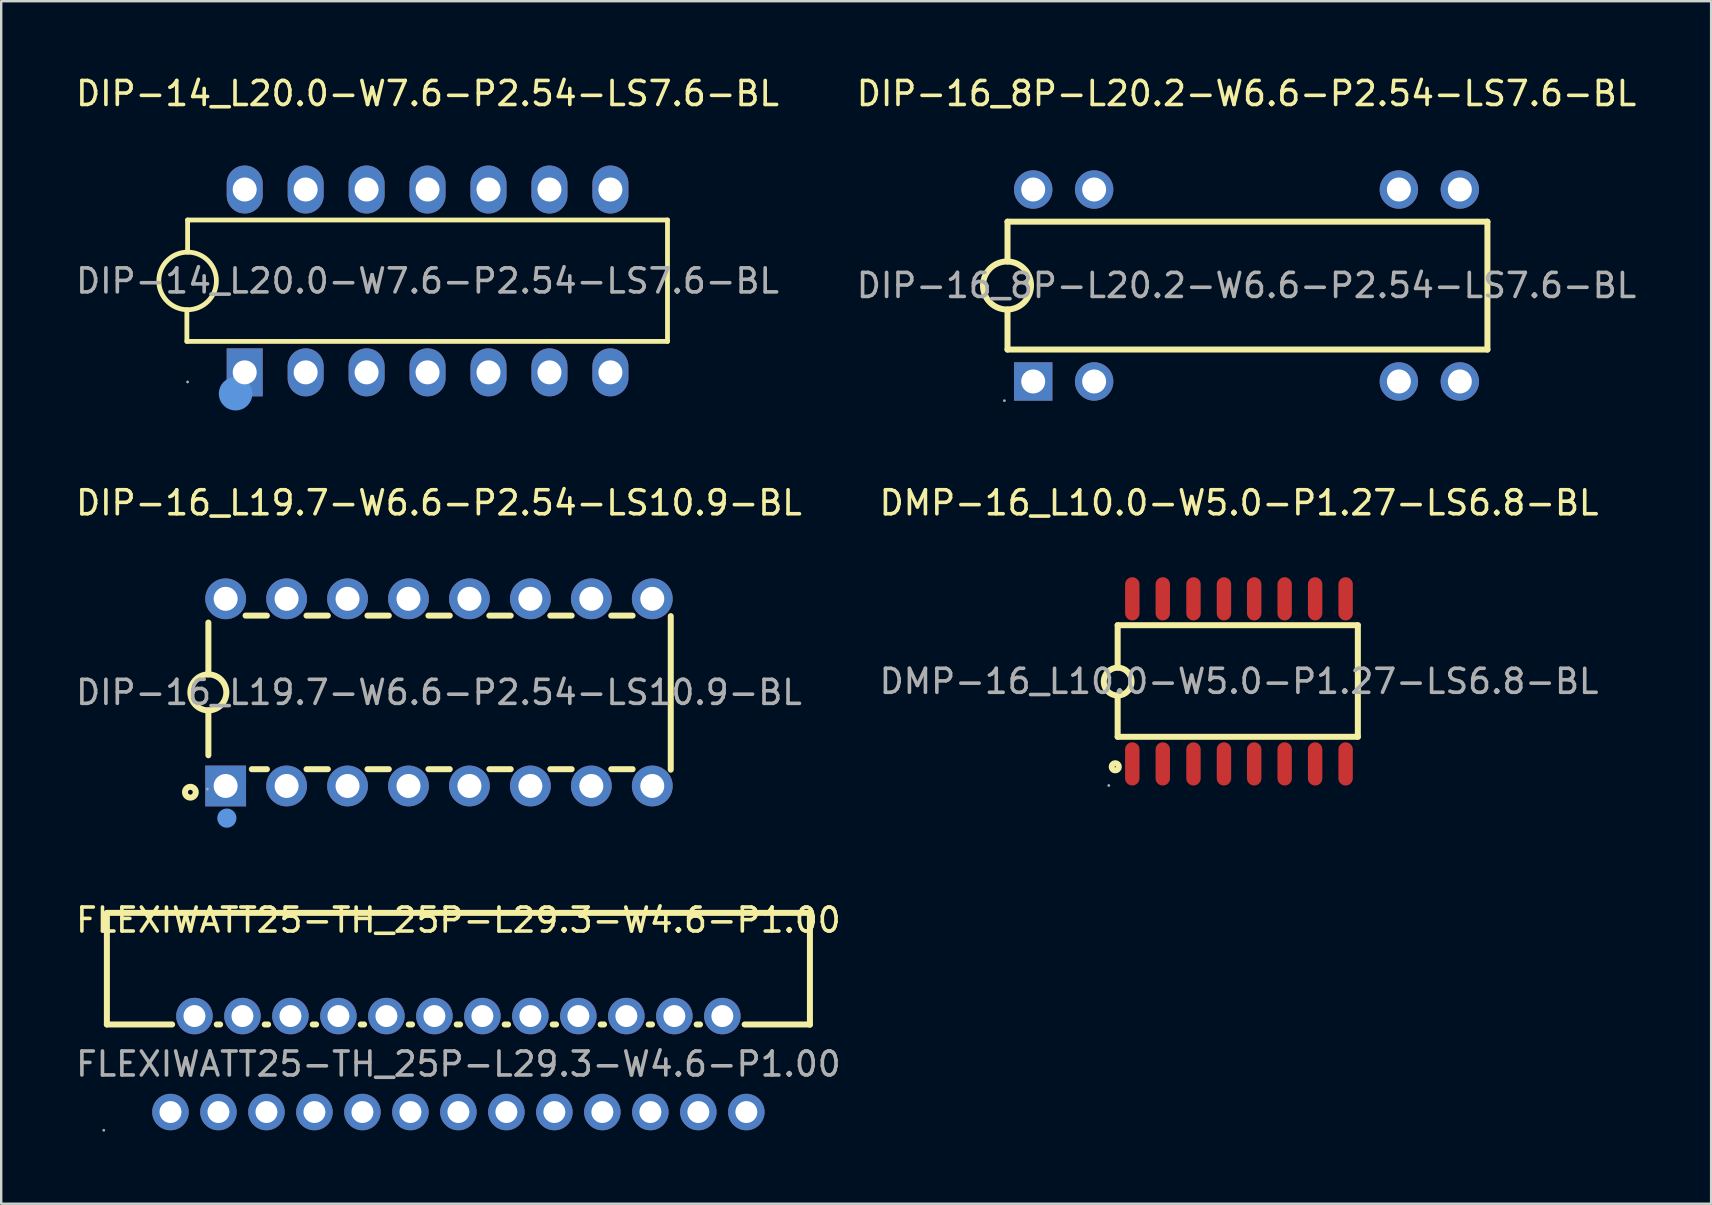
<source format=kicad_pcb>
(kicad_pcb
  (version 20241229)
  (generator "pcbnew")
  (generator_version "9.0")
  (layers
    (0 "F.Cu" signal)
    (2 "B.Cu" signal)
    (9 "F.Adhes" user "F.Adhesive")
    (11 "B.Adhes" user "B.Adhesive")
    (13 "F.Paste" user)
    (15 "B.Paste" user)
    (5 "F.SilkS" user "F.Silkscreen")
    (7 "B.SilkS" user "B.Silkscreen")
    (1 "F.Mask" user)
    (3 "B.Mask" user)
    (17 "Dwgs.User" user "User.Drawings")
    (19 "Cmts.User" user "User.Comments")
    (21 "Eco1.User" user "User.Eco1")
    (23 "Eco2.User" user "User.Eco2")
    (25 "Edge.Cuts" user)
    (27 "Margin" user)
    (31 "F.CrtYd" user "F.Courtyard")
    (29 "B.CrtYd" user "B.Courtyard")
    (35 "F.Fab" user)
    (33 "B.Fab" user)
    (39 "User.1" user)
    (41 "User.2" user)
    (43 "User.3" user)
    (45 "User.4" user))
  (footprint "DIP-14_L20.0-W7.6-P2.54-LS7.6-BL"
    (layer "F.Cu")
    (at 14.768 8.658)
    (property "Reference" "DIP-14_L20.0-W7.6-P2.54-LS7.6-BL" (at 0 -7.81 0) (layer "F.SilkS") (effects (font (size 1 1) (thickness 0.15))))
    (attr through_hole)
    (fp_line (start -10.03 2.52) (end -10.03 1.2) (stroke (width 0.2) (type solid)) (layer "F.SilkS"))
    (fp_line (start -10 -2.54) (end 10 -2.54) (stroke (width 0.2) (type solid)) (layer "F.SilkS"))
    (fp_line (start -10 -1.2) (end -10 -2.54) (stroke (width 0.2) (type solid)) (layer "F.SilkS"))
    (fp_line (start 10 -2.54) (end 10 2.52) (stroke (width 0.2) (type solid)) (layer "F.SilkS"))
    (fp_line (start 10 2.52) (end -10.03 2.52) (stroke (width 0.2) (type solid)) (layer "F.SilkS"))
    (fp_arc (start -10.020943 1.199817) (mid -9.989528 -1.199954) (end -10 1.2) (stroke (width 0.2) (type solid)) (layer "F.SilkS"))
    (fp_circle (center -8 4.7) (end -7.65 4.7) (stroke (width 0.7) (type solid)) (fill no) (layer "Cmts.User"))
    (fp_circle (center -10 4.21) (end -9.97 4.21) (stroke (width 0.06) (type solid)) (fill no) (layer "F.Fab"))
    (fp_text user "${REFERENCE}" (at 0 0 0) (layer "F.Fab") (effects (font (size 1 1) (thickness 0.15))))
    (pad "1" thru_hole rect (at -7.62 3.81 90) (size 2 1.5) (drill 1) (layers "*.Cu" "*.Paste" "*.Mask"))
    (pad "2" thru_hole oval (at -5.08 3.81 90) (size 2 1.5) (drill 1) (layers "*.Cu" "*.Paste" "*.Mask"))
    (pad "3" thru_hole oval (at -2.54 3.81 90) (size 2 1.5) (drill 1) (layers "*.Cu" "*.Paste" "*.Mask"))
    (pad "4" thru_hole oval (at 0 3.81 90) (size 2 1.5) (drill 1) (layers "*.Cu" "*.Paste" "*.Mask"))
    (pad "5" thru_hole oval (at 2.54 3.81 90) (size 2 1.5) (drill 1) (layers "*.Cu" "*.Paste" "*.Mask"))
    (pad "6" thru_hole oval (at 5.08 3.81 90) (size 2 1.5) (drill 1) (layers "*.Cu" "*.Paste" "*.Mask"))
    (pad "7" thru_hole oval (at 7.62 3.81 90) (size 2 1.5) (drill 1) (layers "*.Cu" "*.Paste" "*.Mask"))
    (pad "8" thru_hole oval (at 7.62 -3.81 90) (size 2 1.5) (drill 1) (layers "*.Cu" "*.Paste" "*.Mask"))
    (pad "9" thru_hole oval (at 5.08 -3.81 90) (size 2 1.5) (drill 1) (layers "*.Cu" "*.Paste" "*.Mask"))
    (pad "10" thru_hole oval (at 2.54 -3.81 90) (size 2 1.5) (drill 1) (layers "*.Cu" "*.Paste" "*.Mask"))
    (pad "11" thru_hole oval (at 0 -3.81 90) (size 2 1.5) (drill 1) (layers "*.Cu" "*.Paste" "*.Mask"))
    (pad "12" thru_hole oval (at -2.54 -3.81 90) (size 2 1.5) (drill 1) (layers "*.Cu" "*.Paste" "*.Mask"))
    (pad "13" thru_hole oval (at -5.08 -3.81 90) (size 2 1.5) (drill 1) (layers "*.Cu" "*.Paste" "*.Mask"))
    (pad "14" thru_hole oval (at -7.62 -3.81 90) (size 2 1.5) (drill 1) (layers "*.Cu" "*.Paste" "*.Mask")))
  (footprint "DIP-16_8P-L20.2-W6.6-P2.54-LS7.6-BL"
    (layer "F.Cu")
    (at 48.899 8.848)
    (property "Reference" "DIP-16_8P-L20.2-W6.6-P2.54-LS7.6-BL" (at 0 -8 0) (layer "F.SilkS") (effects (font (size 1 1) (thickness 0.15))))
    (attr through_hole)
    (fp_line (start -9.96 -2.66) (end -9.96 -1) (stroke (width 0.25) (type solid)) (layer "F.SilkS"))
    (fp_line (start -9.96 2.67) (end -9.96 1) (stroke (width 0.25) (type solid)) (layer "F.SilkS"))
    (fp_line (start 10.04 -2.66) (end -9.96 -2.66) (stroke (width 0.25) (type solid)) (layer "F.SilkS"))
    (fp_line (start 10.04 -2.66) (end 10.04 2.67) (stroke (width 0.25) (type solid)) (layer "F.SilkS"))
    (fp_line (start 10.04 2.67) (end -9.96 2.67) (stroke (width 0.25) (type solid)) (layer "F.SilkS"))
    (fp_arc (start -9.967457 1.000371) (mid -10.001272 -1.000223) (end -9.95 1) (stroke (width 0.25) (type solid)) (layer "F.SilkS"))
    (fp_circle (center -10.09 4.8) (end -10.06 4.8) (stroke (width 0.06) (type solid)) (fill no) (layer "F.Fab"))
    (fp_circle (center -8.89 -4) (end -8.69 -4) (stroke (width 0.4) (type solid)) (fill no) (layer "F.Fab"))
    (fp_circle (center -8.89 4) (end -8.69 4) (stroke (width 0.4) (type solid)) (fill no) (layer "F.Fab"))
    (fp_circle (center -6.35 -4) (end -6.15 -4) (stroke (width 0.4) (type solid)) (fill no) (layer "F.Fab"))
    (fp_circle (center -6.35 4) (end -6.15 4) (stroke (width 0.4) (type solid)) (fill no) (layer "F.Fab"))
    (fp_circle (center 6.35 -4) (end 6.55 -4) (stroke (width 0.4) (type solid)) (fill no) (layer "F.Fab"))
    (fp_circle (center 6.35 4) (end 6.55 4) (stroke (width 0.4) (type solid)) (fill no) (layer "F.Fab"))
    (fp_circle (center 8.89 -4) (end 9.09 -4) (stroke (width 0.4) (type solid)) (fill no) (layer "F.Fab"))
    (fp_circle (center 8.89 4) (end 9.09 4) (stroke (width 0.4) (type solid)) (fill no) (layer "F.Fab"))
    (fp_text user "${REFERENCE}" (at 0 0 0) (layer "F.Fab") (effects (font (size 1 1) (thickness 0.15))))
    (pad "1" thru_hole rect (at -8.89 4 90) (size 1.6 1.6) (drill 1) (layers "*.Cu" "*.Paste" "*.Mask"))
    (pad "2" thru_hole circle (at -6.35 4 90) (size 1.6 1.6) (drill 1) (layers "*.Cu" "*.Paste" "*.Mask"))
    (pad "7" thru_hole circle (at 6.35 4 90) (size 1.6 1.6) (drill 1) (layers "*.Cu" "*.Paste" "*.Mask"))
    (pad "8" thru_hole circle (at 8.89 4 90) (size 1.6 1.6) (drill 1) (layers "*.Cu" "*.Paste" "*.Mask"))
    (pad "9" thru_hole circle (at 8.89 -4 90) (size 1.6 1.6) (drill 1) (layers "*.Cu" "*.Paste" "*.Mask"))
    (pad "10" thru_hole circle (at 6.35 -4 90) (size 1.6 1.6) (drill 1) (layers "*.Cu" "*.Paste" "*.Mask"))
    (pad "15" thru_hole circle (at -6.35 -4 90) (size 1.6 1.6) (drill 1) (layers "*.Cu" "*.Paste" "*.Mask"))
    (pad "16" thru_hole circle (at -8.89 -4 90) (size 1.6 1.6) (drill 1) (layers "*.Cu" "*.Paste" "*.Mask")))
  (footprint "DMP-16_L10.0-W5.0-P1.27-LS6.8-BL"
    (layer "F.Cu")
    (at 48.589 25.346)
    (property "Reference" "DMP-16_L10.0-W5.0-P1.27-LS6.8-BL" (at 0 -7.44 0) (layer "F.SilkS") (effects (font (size 1 1) (thickness 0.15))))
    (attr through_hole)
    (fp_line (start -5.06 -2.34) (end -5.06 -0.58) (stroke (width 0.25) (type solid)) (layer "F.SilkS"))
    (fp_line (start -5.06 0.59) (end -5.06 2.31) (stroke (width 0.25) (type solid)) (layer "F.SilkS"))
    (fp_line (start -5.06 2.31) (end 4.95 2.31) (stroke (width 0.25) (type solid)) (layer "F.SilkS"))
    (fp_line (start 4.95 -2.34) (end -5.06 -2.34) (stroke (width 0.25) (type solid)) (layer "F.SilkS"))
    (fp_line (start 4.95 2.31) (end 4.95 -2.34) (stroke (width 0.25) (type solid)) (layer "F.SilkS"))
    (fp_arc (start -5.070122 0.589912) (mid -5.054939 -0.569978) (end -5.06 0.59) (stroke (width 0.25) (type solid)) (layer "F.SilkS"))
    (fp_circle (center -5.16 3.56) (end -5.01 3.56) (stroke (width 0.25) (type solid)) (fill no) (layer "F.SilkS"))
    (fp_circle (center -5.43 4.34) (end -5.4 4.34) (stroke (width 0.06) (type solid)) (fill no) (layer "F.Fab"))
    (fp_text user "${REFERENCE}" (at 0 0 0) (layer "F.Fab") (effects (font (size 1 1) (thickness 0.15))))
    (pad "1" smd oval (at -4.45 3.44 180) (size 0.6 1.8) (layers "F.Cu" "F.Mask" "F.Paste"))
    (pad "2" smd oval (at -3.18 3.44 180) (size 0.6 1.8) (layers "F.Cu" "F.Mask" "F.Paste"))
    (pad "3" smd oval (at -1.9 3.44 180) (size 0.6 1.8) (layers "F.Cu" "F.Mask" "F.Paste"))
    (pad "4" smd oval (at -0.63 3.44 180) (size 0.6 1.8) (layers "F.Cu" "F.Mask" "F.Paste"))
    (pad "5" smd oval (at 0.63 3.44 180) (size 0.6 1.8) (layers "F.Cu" "F.Mask" "F.Paste"))
    (pad "6" smd oval (at 1.9 3.44 180) (size 0.6 1.8) (layers "F.Cu" "F.Mask" "F.Paste"))
    (pad "7" smd oval (at 3.17 3.44 180) (size 0.6 1.8) (layers "F.Cu" "F.Mask" "F.Paste"))
    (pad "8" smd oval (at 4.44 3.44 180) (size 0.6 1.8) (layers "F.Cu" "F.Mask" "F.Paste"))
    (pad "9" smd oval (at 4.44 -3.44 180) (size 0.6 1.8) (layers "F.Cu" "F.Mask" "F.Paste"))
    (pad "10" smd oval (at 3.17 -3.44 180) (size 0.6 1.8) (layers "F.Cu" "F.Mask" "F.Paste"))
    (pad "11" smd oval (at 1.9 -3.44 180) (size 0.6 1.8) (layers "F.Cu" "F.Mask" "F.Paste"))
    (pad "12" smd oval (at 0.63 -3.44 180) (size 0.6 1.8) (layers "F.Cu" "F.Mask" "F.Paste"))
    (pad "13" smd oval (at -0.63 -3.44 180) (size 0.6 1.8) (layers "F.Cu" "F.Mask" "F.Paste"))
    (pad "14" smd oval (at -1.9 -3.44 180) (size 0.6 1.8) (layers "F.Cu" "F.Mask" "F.Paste"))
    (pad "15" smd oval (at -3.18 -3.44 180) (size 0.6 1.8) (layers "F.Cu" "F.Mask" "F.Paste"))
    (pad "16" smd oval (at -4.45 -3.44 180) (size 0.6 1.8) (layers "F.Cu" "F.Mask" "F.Paste")))
  (footprint "DIP-16_L19.7-W6.6-P2.54-LS10.9-BL"
    (layer "F.Cu")
    (at 15.244 25.806)
    (property "Reference" "DIP-16_L19.7-W6.6-P2.54-LS10.9-BL" (at 0 -7.9 0) (layer "F.SilkS") (effects (font (size 1 1) (thickness 0.15))))
    (attr through_hole)
    (fp_line (start -9.61 -0.75) (end -9.61 -2.91) (stroke (width 0.25) (type solid)) (layer "F.SilkS"))
    (fp_line (start -9.61 0.75) (end -9.61 2.62) (stroke (width 0.25) (type solid)) (layer "F.SilkS"))
    (fp_line (start -8.06 -3.2) (end -7.17 -3.2) (stroke (width 0.25) (type solid)) (layer "F.SilkS"))
    (fp_line (start -7.8 3.2) (end -7.17 3.2) (stroke (width 0.25) (type solid)) (layer "F.SilkS"))
    (fp_line (start -5.52 -3.2) (end -4.63 -3.2) (stroke (width 0.25) (type solid)) (layer "F.SilkS"))
    (fp_line (start -5.52 3.2) (end -4.63 3.2) (stroke (width 0.25) (type solid)) (layer "F.SilkS"))
    (fp_line (start -2.98 -3.2) (end -2.09 -3.2) (stroke (width 0.25) (type solid)) (layer "F.SilkS"))
    (fp_line (start -2.98 3.2) (end -2.09 3.2) (stroke (width 0.25) (type solid)) (layer "F.SilkS"))
    (fp_line (start -0.44 -3.2) (end 0.45 -3.2) (stroke (width 0.25) (type solid)) (layer "F.SilkS"))
    (fp_line (start -0.44 3.2) (end 0.45 3.2) (stroke (width 0.25) (type solid)) (layer "F.SilkS"))
    (fp_line (start 2.1 -3.2) (end 2.99 -3.2) (stroke (width 0.25) (type solid)) (layer "F.SilkS"))
    (fp_line (start 2.1 3.2) (end 2.99 3.2) (stroke (width 0.25) (type solid)) (layer "F.SilkS"))
    (fp_line (start 4.64 -3.2) (end 5.53 -3.2) (stroke (width 0.25) (type solid)) (layer "F.SilkS"))
    (fp_line (start 4.64 3.2) (end 5.53 3.2) (stroke (width 0.25) (type solid)) (layer "F.SilkS"))
    (fp_line (start 7.18 -3.2) (end 8.07 -3.2) (stroke (width 0.25) (type solid)) (layer "F.SilkS"))
    (fp_line (start 7.18 3.2) (end 8.07 3.2) (stroke (width 0.25) (type solid)) (layer "F.SilkS"))
    (fp_line (start 9.66 -3.18) (end 9.66 3.22) (stroke (width 0.25) (type solid)) (layer "F.SilkS"))
    (fp_arc (start -9.623089 0.749886) (mid -9.603455 -0.749972) (end -9.61 0.75) (stroke (width 0.25) (type solid)) (layer "F.SilkS"))
    (fp_circle (center -10.36 4.16) (end -10.26 4.16) (stroke (width 0.25) (type solid)) (fill no) (layer "F.SilkS"))
    (fp_circle (center -8.84 5.24) (end -8.64 5.24) (stroke (width 0.4) (type solid)) (fill no) (layer "Cmts.User"))
    (fp_circle (center -9.65 4.03) (end -9.62 4.03) (stroke (width 0.06) (type solid)) (fill no) (layer "F.Fab"))
    (fp_text user "${REFERENCE}" (at 0 0 0) (layer "F.Fab") (effects (font (size 1 1) (thickness 0.15))))
    (pad "1" thru_hole rect (at -8.89 3.9) (size 1.7 1.7) (drill 1) (layers "*.Cu" "*.Paste" "*.Mask"))
    (pad "2" thru_hole circle (at -6.35 3.9) (size 1.7 1.7) (drill 1) (layers "*.Cu" "*.Paste" "*.Mask"))
    (pad "3" thru_hole circle (at -3.81 3.9) (size 1.7 1.7) (drill 1) (layers "*.Cu" "*.Paste" "*.Mask"))
    (pad "4" thru_hole circle (at -1.27 3.9) (size 1.7 1.7) (drill 1) (layers "*.Cu" "*.Paste" "*.Mask"))
    (pad "5" thru_hole circle (at 1.27 3.9) (size 1.7 1.7) (drill 1) (layers "*.Cu" "*.Paste" "*.Mask"))
    (pad "6" thru_hole circle (at 3.81 3.9) (size 1.7 1.7) (drill 1) (layers "*.Cu" "*.Paste" "*.Mask"))
    (pad "7" thru_hole circle (at 6.35 3.9) (size 1.7 1.7) (drill 1) (layers "*.Cu" "*.Paste" "*.Mask"))
    (pad "8" thru_hole circle (at 8.89 3.9) (size 1.7 1.7) (drill 1) (layers "*.Cu" "*.Paste" "*.Mask"))
    (pad "9" thru_hole circle (at 8.89 -3.9) (size 1.7 1.7) (drill 1) (layers "*.Cu" "*.Paste" "*.Mask"))
    (pad "10" thru_hole circle (at 6.35 -3.9) (size 1.7 1.7) (drill 1) (layers "*.Cu" "*.Paste" "*.Mask"))
    (pad "11" thru_hole circle (at 3.81 -3.9) (size 1.7 1.7) (drill 1) (layers "*.Cu" "*.Paste" "*.Mask"))
    (pad "12" thru_hole circle (at 1.27 -3.9) (size 1.7 1.7) (drill 1) (layers "*.Cu" "*.Paste" "*.Mask"))
    (pad "13" thru_hole circle (at -1.27 -3.9) (size 1.7 1.7) (drill 1) (layers "*.Cu" "*.Paste" "*.Mask"))
    (pad "14" thru_hole circle (at -3.81 -3.9) (size 1.7 1.7) (drill 1) (layers "*.Cu" "*.Paste" "*.Mask"))
    (pad "15" thru_hole circle (at -6.35 -3.9) (size 1.7 1.7) (drill 1) (layers "*.Cu" "*.Paste" "*.Mask"))
    (pad "16" thru_hole circle (at -8.89 -3.9) (size 1.7 1.7) (drill 1) (layers "*.Cu" "*.Paste" "*.Mask")))
  (footprint "FLEXIWATT25-TH_25P-L29.3-W4.6-P1.00"
    (layer "F.Cu")
    (at 16.054 41.295)
    (property "Reference" "FLEXIWATT25-TH_25P-L29.3-W4.6-P1.00" (at 0 -6 0) (layer "F.SilkS") (effects (font (size 1 1) (thickness 0.15))))
    (attr through_hole)
    (fp_line (start -14.65 -6.3) (end 14.65 -6.3) (stroke (width 0.25) (type solid)) (layer "F.SilkS"))
    (fp_line (start -14.65 -1.65) (end -14.65 -6.29) (stroke (width 0.25) (type solid)) (layer "F.SilkS"))
    (fp_line (start -14.65 -1.65) (end -11.93 -1.65) (stroke (width 0.25) (type solid)) (layer "F.SilkS"))
    (fp_line (start -10.07 -1.65) (end -9.93 -1.65) (stroke (width 0.25) (type solid)) (layer "F.SilkS"))
    (fp_line (start -8.07 -1.65) (end -7.93 -1.65) (stroke (width 0.25) (type solid)) (layer "F.SilkS"))
    (fp_line (start -6.07 -1.65) (end -5.93 -1.65) (stroke (width 0.25) (type solid)) (layer "F.SilkS"))
    (fp_line (start -4.07 -1.65) (end -3.93 -1.65) (stroke (width 0.25) (type solid)) (layer "F.SilkS"))
    (fp_line (start -2.07 -1.65) (end -1.93 -1.65) (stroke (width 0.25) (type solid)) (layer "F.SilkS"))
    (fp_line (start -0.07 -1.65) (end 0.07 -1.65) (stroke (width 0.25) (type solid)) (layer "F.SilkS"))
    (fp_line (start 1.93 -1.65) (end 2.07 -1.65) (stroke (width 0.25) (type solid)) (layer "F.SilkS"))
    (fp_line (start 3.93 -1.65) (end 4.07 -1.65) (stroke (width 0.25) (type solid)) (layer "F.SilkS"))
    (fp_line (start 5.93 -1.65) (end 6.07 -1.65) (stroke (width 0.25) (type solid)) (layer "F.SilkS"))
    (fp_line (start 7.93 -1.65) (end 8.07 -1.65) (stroke (width 0.25) (type solid)) (layer "F.SilkS"))
    (fp_line (start 9.93 -1.65) (end 10.07 -1.65) (stroke (width 0.25) (type solid)) (layer "F.SilkS"))
    (fp_line (start 11.93 -1.65) (end 14.65 -1.65) (stroke (width 0.25) (type solid)) (layer "F.SilkS"))
    (fp_line (start 14.65 -6.3) (end 14.65 -1.64) (stroke (width 0.25) (type solid)) (layer "F.SilkS"))
    (fp_circle (center -14.78 2.76) (end -14.75 2.76) (stroke (width 0.06) (type solid)) (fill no) (layer "F.Fab"))
    (fp_circle (center -12 2) (end -11.82 2) (stroke (width 0.36) (type solid)) (fill no) (layer "F.Fab"))
    (fp_circle (center -11 -2) (end -10.82 -2) (stroke (width 0.36) (type solid)) (fill no) (layer "F.Fab"))
    (fp_circle (center -10 2) (end -9.82 2) (stroke (width 0.36) (type solid)) (fill no) (layer "F.Fab"))
    (fp_circle (center -9 -2) (end -8.82 -2) (stroke (width 0.36) (type solid)) (fill no) (layer "F.Fab"))
    (fp_circle (center -8 2) (end -7.82 2) (stroke (width 0.36) (type solid)) (fill no) (layer "F.Fab"))
    (fp_circle (center -7 -2) (end -6.82 -2) (stroke (width 0.36) (type solid)) (fill no) (layer "F.Fab"))
    (fp_circle (center -6 2) (end -5.82 2) (stroke (width 0.36) (type solid)) (fill no) (layer "F.Fab"))
    (fp_circle (center -5 -2) (end -4.82 -2) (stroke (width 0.36) (type solid)) (fill no) (layer "F.Fab"))
    (fp_circle (center -4 2) (end -3.82 2) (stroke (width 0.36) (type solid)) (fill no) (layer "F.Fab"))
    (fp_circle (center -3 -2) (end -2.82 -2) (stroke (width 0.36) (type solid)) (fill no) (layer "F.Fab"))
    (fp_circle (center -2 2) (end -1.82 2) (stroke (width 0.36) (type solid)) (fill no) (layer "F.Fab"))
    (fp_circle (center -1 -2) (end -0.82 -2) (stroke (width 0.36) (type solid)) (fill no) (layer "F.Fab"))
    (fp_circle (center 0 2) (end 0.18 2) (stroke (width 0.36) (type solid)) (fill no) (layer "F.Fab"))
    (fp_circle (center 1 -2) (end 1.18 -2) (stroke (width 0.36) (type solid)) (fill no) (layer "F.Fab"))
    (fp_circle (center 2 2) (end 2.18 2) (stroke (width 0.36) (type solid)) (fill no) (layer "F.Fab"))
    (fp_circle (center 3 -2) (end 3.18 -2) (stroke (width 0.36) (type solid)) (fill no) (layer "F.Fab"))
    (fp_circle (center 4 2) (end 4.18 2) (stroke (width 0.36) (type solid)) (fill no) (layer "F.Fab"))
    (fp_circle (center 5 -2) (end 5.18 -2) (stroke (width 0.36) (type solid)) (fill no) (layer "F.Fab"))
    (fp_circle (center 6 2) (end 6.18 2) (stroke (width 0.36) (type solid)) (fill no) (layer "F.Fab"))
    (fp_circle (center 7 -2) (end 7.18 -2) (stroke (width 0.36) (type solid)) (fill no) (layer "F.Fab"))
    (fp_circle (center 8 2) (end 8.18 2) (stroke (width 0.36) (type solid)) (fill no) (layer "F.Fab"))
    (fp_circle (center 9 -2) (end 9.18 -2) (stroke (width 0.36) (type solid)) (fill no) (layer "F.Fab"))
    (fp_circle (center 10 2) (end 10.18 2) (stroke (width 0.36) (type solid)) (fill no) (layer "F.Fab"))
    (fp_circle (center 11 -2) (end 11.18 -2) (stroke (width 0.36) (type solid)) (fill no) (layer "F.Fab"))
    (fp_circle (center 12 2) (end 12.18 2) (stroke (width 0.36) (type solid)) (fill no) (layer "F.Fab"))
    (fp_text user "${REFERENCE}" (at 0 0 0) (layer "F.Fab") (effects (font (size 1 1) (thickness 0.15))))
    (pad "1" thru_hole circle (at -12 2) (size 1.52 1.52) (drill 0.914) (layers "*.Cu" "*.Paste" "*.Mask"))
    (pad "2" thru_hole circle (at -11 -2) (size 1.52 1.52) (drill 0.914) (layers "*.Cu" "*.Paste" "*.Mask"))
    (pad "3" thru_hole circle (at -10 2) (size 1.52 1.52) (drill 0.914) (layers "*.Cu" "*.Paste" "*.Mask"))
    (pad "4" thru_hole circle (at -9 -2) (size 1.52 1.52) (drill 0.914) (layers "*.Cu" "*.Paste" "*.Mask"))
    (pad "5" thru_hole circle (at -8 2) (size 1.52 1.52) (drill 0.914) (layers "*.Cu" "*.Paste" "*.Mask"))
    (pad "6" thru_hole circle (at -7 -2) (size 1.52 1.52) (drill 0.914) (layers "*.Cu" "*.Paste" "*.Mask"))
    (pad "7" thru_hole circle (at -6 2) (size 1.52 1.52) (drill 0.914) (layers "*.Cu" "*.Paste" "*.Mask"))
    (pad "8" thru_hole circle (at -5 -2) (size 1.52 1.52) (drill 0.914) (layers "*.Cu" "*.Paste" "*.Mask"))
    (pad "9" thru_hole circle (at -4 2) (size 1.52 1.52) (drill 0.914) (layers "*.Cu" "*.Paste" "*.Mask"))
    (pad "10" thru_hole circle (at -3 -2) (size 1.52 1.52) (drill 0.914) (layers "*.Cu" "*.Paste" "*.Mask"))
    (pad "11" thru_hole circle (at -2 2) (size 1.52 1.52) (drill 0.914) (layers "*.Cu" "*.Paste" "*.Mask"))
    (pad "12" thru_hole circle (at -1 -2) (size 1.52 1.52) (drill 0.914) (layers "*.Cu" "*.Paste" "*.Mask"))
    (pad "13" thru_hole circle (at 0 2) (size 1.52 1.52) (drill 0.914) (layers "*.Cu" "*.Paste" "*.Mask"))
    (pad "14" thru_hole circle (at 1 -2) (size 1.52 1.52) (drill 0.914) (layers "*.Cu" "*.Paste" "*.Mask"))
    (pad "15" thru_hole circle (at 2 2) (size 1.52 1.52) (drill 0.914) (layers "*.Cu" "*.Paste" "*.Mask"))
    (pad "16" thru_hole circle (at 3 -2) (size 1.52 1.52) (drill 0.914) (layers "*.Cu" "*.Paste" "*.Mask"))
    (pad "17" thru_hole circle (at 4 2) (size 1.52 1.52) (drill 0.914) (layers "*.Cu" "*.Paste" "*.Mask"))
    (pad "18" thru_hole circle (at 5 -2) (size 1.52 1.52) (drill 0.914) (layers "*.Cu" "*.Paste" "*.Mask"))
    (pad "19" thru_hole circle (at 6 2) (size 1.52 1.52) (drill 0.914) (layers "*.Cu" "*.Paste" "*.Mask"))
    (pad "20" thru_hole circle (at 7 -2) (size 1.52 1.52) (drill 0.914) (layers "*.Cu" "*.Paste" "*.Mask"))
    (pad "21" thru_hole circle (at 8 2) (size 1.52 1.52) (drill 0.914) (layers "*.Cu" "*.Paste" "*.Mask"))
    (pad "22" thru_hole circle (at 9 -2) (size 1.52 1.52) (drill 0.914) (layers "*.Cu" "*.Paste" "*.Mask"))
    (pad "23" thru_hole circle (at 10 2) (size 1.52 1.52) (drill 0.914) (layers "*.Cu" "*.Paste" "*.Mask"))
    (pad "24" thru_hole circle (at 11 -2) (size 1.52 1.52) (drill 0.914) (layers "*.Cu" "*.Paste" "*.Mask"))
    (pad "25" thru_hole circle (at 12 2) (size 1.52 1.52) (drill 0.914) (layers "*.Cu" "*.Paste" "*.Mask")))
  (gr_rect
    (start -3 -3)
    (end 68.262 47.115)
    (stroke (width 0.1) (type default))
    (fill no)
    (layer "Edge.Cuts")))
</source>
